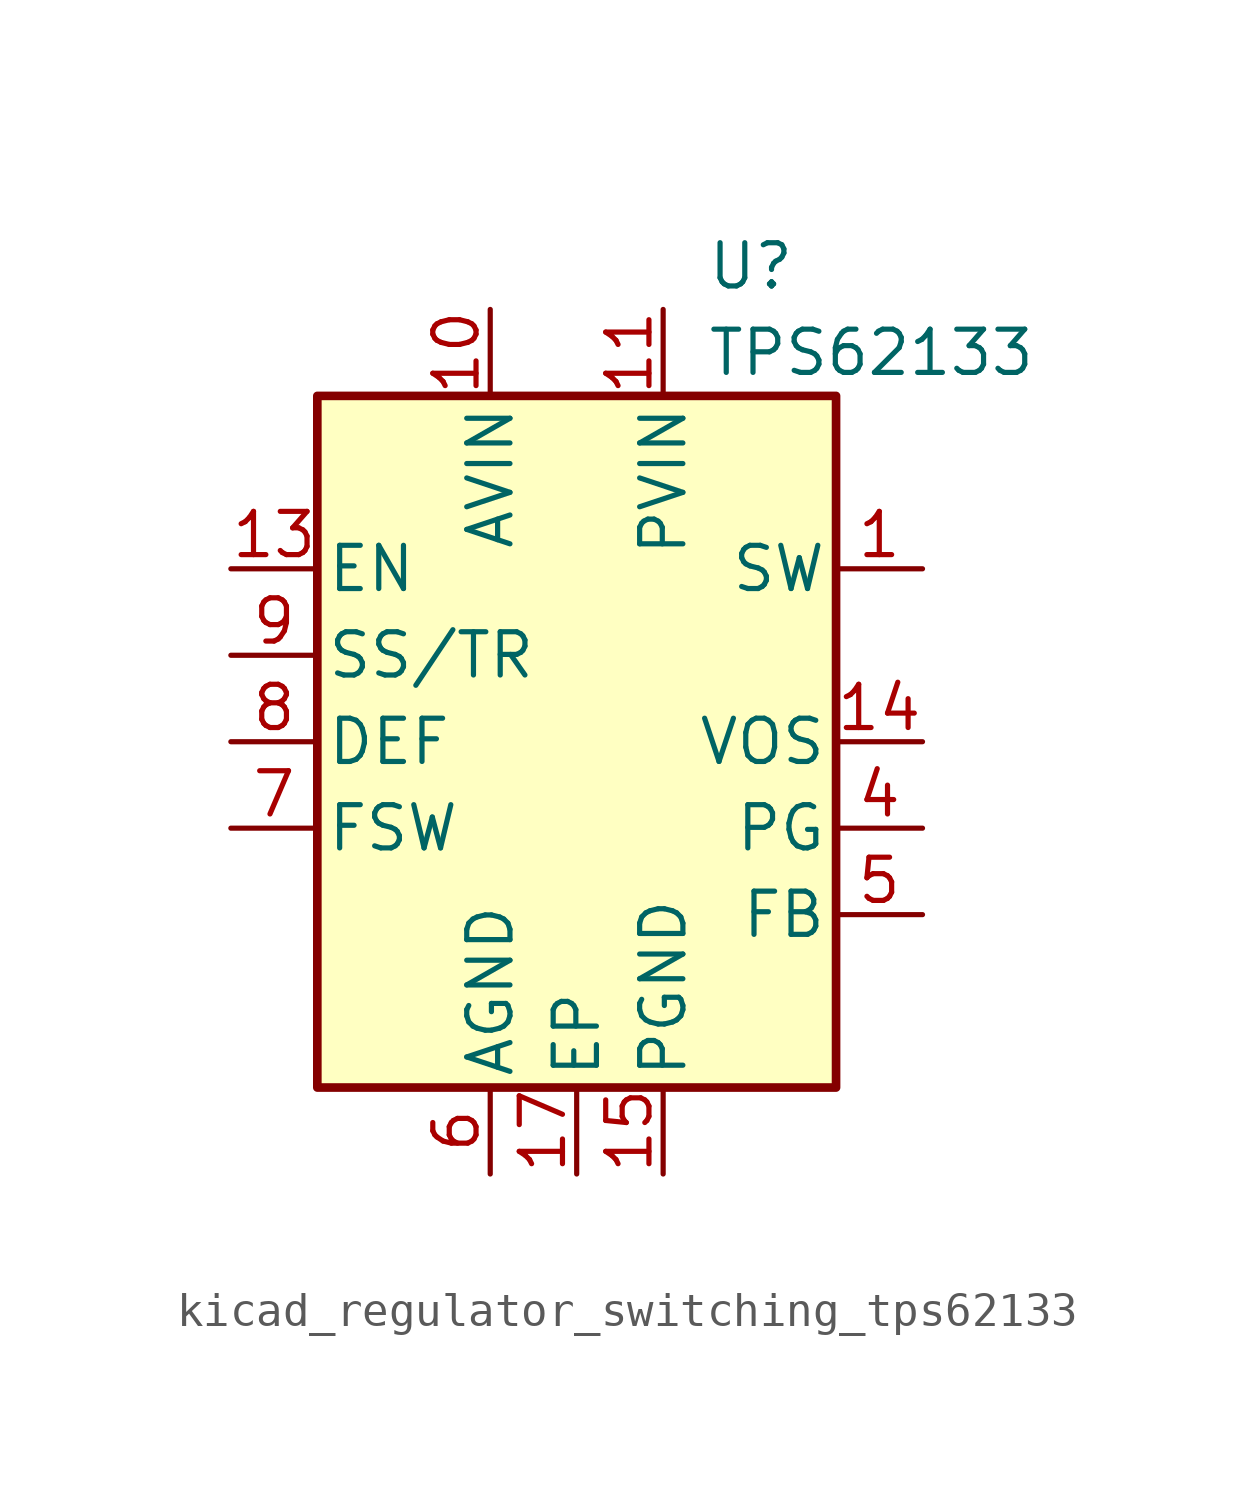
<source format=kicad_sym>
(kicad_symbol_lib
  (version 20220914)
  (generator kicad_symbol_editor)
  (symbol "kicad_regulator_switching_tps62133"
    (pin_names
      (offset 0.254))
    (property "Reference" "U"
      (at 3.81 13.97 0)
      (effects (font (size 1.27 1.27)) (justify left)))
    (property "Value" "TPS62133"
      (at 3.81 11.43 0)
      (effects (font (size 1.27 1.27)) (justify left)))
    (symbol "kicad_regulator_switching_tps62133_0_1"
      (rectangle (start -7.62 10.16) (end 7.62 -10.16) (stroke (width 0.254) (type default)) (fill (type background))))
    (symbol "kicad_regulator_switching_tps62133_1_1"
      (pin output line (at 10.16 5.08 180) (length 2.54) (name "SW" (effects (font (size 1.27 1.27)))) (number "1" (effects (font (size 1.27 1.27)))))
      (pin power_in line (at -2.54 12.7 270) (length 2.54) (name "AVIN" (effects (font (size 1.27 1.27)))) (number "10" (effects (font (size 1.27 1.27)))))
      (pin power_in line (at 2.54 12.7 270) (length 2.54) (name "PVIN" (effects (font (size 1.27 1.27)))) (number "11" (effects (font (size 1.27 1.27)))))
      (pin passive line (at 2.54 12.7 270) (length 2.54) hide (name "PVIN" (effects (font (size 1.27 1.27)))) (number "12" (effects (font (size 1.27 1.27)))))
      (pin input line (at -10.16 5.08 0) (length 2.54) (name "EN" (effects (font (size 1.27 1.27)))) (number "13" (effects (font (size 1.27 1.27)))))
      (pin input line (at 10.16 0 180) (length 2.54) (name "VOS" (effects (font (size 1.27 1.27)))) (number "14" (effects (font (size 1.27 1.27)))))
      (pin power_in line (at 2.54 -12.7 90) (length 2.54) (name "PGND" (effects (font (size 1.27 1.27)))) (number "15" (effects (font (size 1.27 1.27)))))
      (pin passive line (at 2.54 -12.7 90) (length 2.54) hide (name "PGND" (effects (font (size 1.27 1.27)))) (number "16" (effects (font (size 1.27 1.27)))))
      (pin power_in line (at 0 -12.7 90) (length 2.54) (name "EP" (effects (font (size 1.27 1.27)))) (number "17" (effects (font (size 1.27 1.27)))))
      (pin passive line (at 10.16 5.08 180) (length 2.54) hide (name "SW" (effects (font (size 1.27 1.27)))) (number "2" (effects (font (size 1.27 1.27)))))
      (pin passive line (at 10.16 5.08 180) (length 2.54) hide (name "SW" (effects (font (size 1.27 1.27)))) (number "3" (effects (font (size 1.27 1.27)))))
      (pin open_collector line (at 10.16 -2.54 180) (length 2.54) (name "PG" (effects (font (size 1.27 1.27)))) (number "4" (effects (font (size 1.27 1.27)))))
      (pin input line (at 10.16 -5.08 180) (length 2.54) (name "FB" (effects (font (size 1.27 1.27)))) (number "5" (effects (font (size 1.27 1.27)))))
      (pin power_in line (at -2.54 -12.7 90) (length 2.54) (name "AGND" (effects (font (size 1.27 1.27)))) (number "6" (effects (font (size 1.27 1.27)))))
      (pin input line (at -10.16 -2.54 0) (length 2.54) (name "FSW" (effects (font (size 1.27 1.27)))) (number "7" (effects (font (size 1.27 1.27)))))
      (pin input line (at -10.16 0 0) (length 2.54) (name "DEF" (effects (font (size 1.27 1.27)))) (number "8" (effects (font (size 1.27 1.27)))))
      (pin input line (at -10.16 2.54 0) (length 2.54) (name "SS/TR" (effects (font (size 1.27 1.27)))) (number "9" (effects (font (size 1.27 1.27))))))))
</source>
